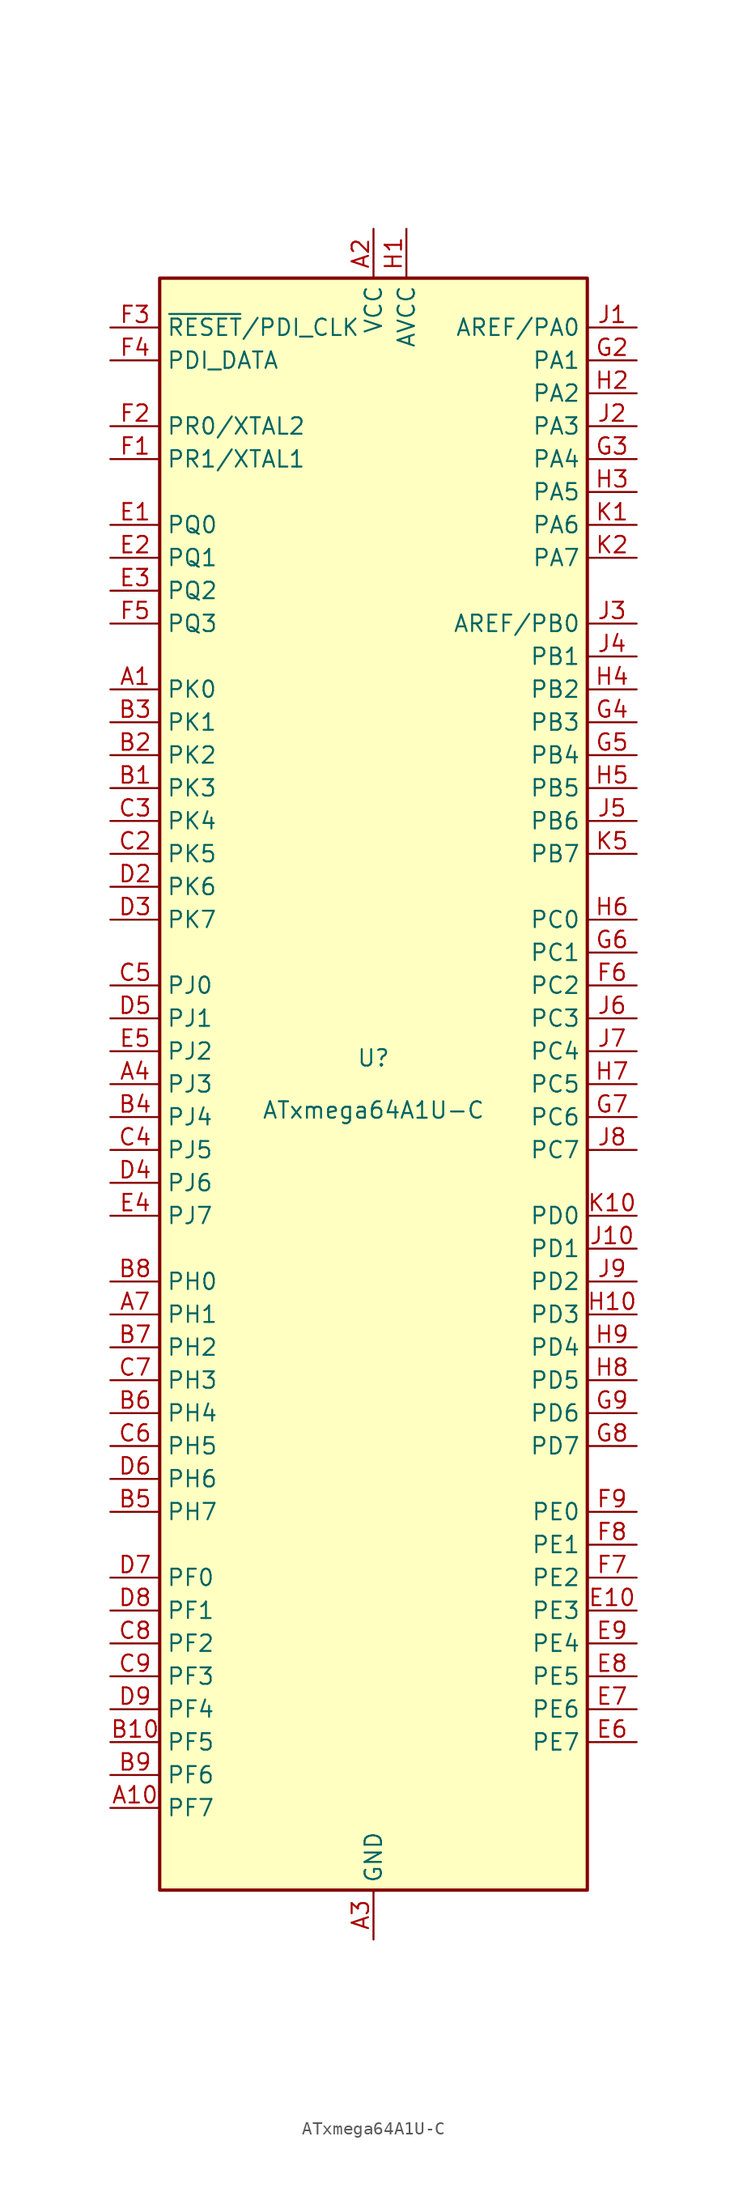
<source format=kicad_sym>
(kicad_symbol_lib
  (version 20231120)
  (generator "kicad_symbol_editor")
  (generator_version "8.0")
  (symbol "ATxmega64A1U-C"
    (property "Reference" "U"
      (at 0 1.27 0)
      (effects (font (size 1.27 1.27)) (justify bottom)))
    (property "Value" "ATxmega64A1U-C"
      (at 0 -1.27 0)
      (effects (font (size 1.27 1.27)) (justify top)))
    (symbol "ATxmega64A1U-C_0_1"
      (rectangle (start -16.51 -62.23) (end 16.51 62.23) (stroke (width 0.254) (type default)) (fill (type background))))
    (symbol "ATxmega64A1U-C_1_1"
      (pin bidirectional line (at -20.32 30.48 0) (length 3.81) (name "PK0" (effects (font (size 1.27 1.27)))) (number "A1" (effects (font (size 1.27 1.27)))))
      (pin bidirectional line (at -20.32 -55.88 0) (length 3.81) (name "PF7" (effects (font (size 1.27 1.27)))) (number "A10" (effects (font (size 1.27 1.27)))))
      (pin power_in line (at 0 66.04 270) (length 3.81) (name "VCC" (effects (font (size 1.27 1.27)))) (number "A2" (effects (font (size 1.27 1.27)))))
      (pin power_in line (at 0 -66.04 90) (length 3.81) (name "GND" (effects (font (size 1.27 1.27)))) (number "A3" (effects (font (size 1.27 1.27)))))
      (pin bidirectional line (at -20.32 0 0) (length 3.81) (name "PJ3" (effects (font (size 1.27 1.27)))) (number "A4" (effects (font (size 1.27 1.27)))))
      (pin passive line (at 0 66.04 270) (length 3.81) hide (name "VCC" (effects (font (size 1.27 1.27)))) (number "A5" (effects (font (size 1.27 1.27)))))
      (pin passive line (at 0 -66.04 90) (length 3.81) hide (name "GND" (effects (font (size 1.27 1.27)))) (number "A6" (effects (font (size 1.27 1.27)))))
      (pin bidirectional line (at -20.32 -17.78 0) (length 3.81) (name "PH1" (effects (font (size 1.27 1.27)))) (number "A7" (effects (font (size 1.27 1.27)))))
      (pin passive line (at 0 -66.04 90) (length 3.81) hide (name "GND" (effects (font (size 1.27 1.27)))) (number "A8" (effects (font (size 1.27 1.27)))))
      (pin passive line (at 0 66.04 270) (length 3.81) hide (name "VCC" (effects (font (size 1.27 1.27)))) (number "A9" (effects (font (size 1.27 1.27)))))
      (pin bidirectional line (at -20.32 22.86 0) (length 3.81) (name "PK3" (effects (font (size 1.27 1.27)))) (number "B1" (effects (font (size 1.27 1.27)))))
      (pin bidirectional line (at -20.32 -50.8 0) (length 3.81) (name "PF5" (effects (font (size 1.27 1.27)))) (number "B10" (effects (font (size 1.27 1.27)))))
      (pin bidirectional line (at -20.32 25.4 0) (length 3.81) (name "PK2" (effects (font (size 1.27 1.27)))) (number "B2" (effects (font (size 1.27 1.27)))))
      (pin bidirectional line (at -20.32 27.94 0) (length 3.81) (name "PK1" (effects (font (size 1.27 1.27)))) (number "B3" (effects (font (size 1.27 1.27)))))
      (pin bidirectional line (at -20.32 -2.54 0) (length 3.81) (name "PJ4" (effects (font (size 1.27 1.27)))) (number "B4" (effects (font (size 1.27 1.27)))))
      (pin bidirectional line (at -20.32 -33.02 0) (length 3.81) (name "PH7" (effects (font (size 1.27 1.27)))) (number "B5" (effects (font (size 1.27 1.27)))))
      (pin bidirectional line (at -20.32 -25.4 0) (length 3.81) (name "PH4" (effects (font (size 1.27 1.27)))) (number "B6" (effects (font (size 1.27 1.27)))))
      (pin bidirectional line (at -20.32 -20.32 0) (length 3.81) (name "PH2" (effects (font (size 1.27 1.27)))) (number "B7" (effects (font (size 1.27 1.27)))))
      (pin bidirectional line (at -20.32 -15.24 0) (length 3.81) (name "PH0" (effects (font (size 1.27 1.27)))) (number "B8" (effects (font (size 1.27 1.27)))))
      (pin bidirectional line (at -20.32 -53.34 0) (length 3.81) (name "PF6" (effects (font (size 1.27 1.27)))) (number "B9" (effects (font (size 1.27 1.27)))))
      (pin passive line (at 0 66.04 270) (length 3.81) hide (name "VCC" (effects (font (size 1.27 1.27)))) (number "C1" (effects (font (size 1.27 1.27)))))
      (pin passive line (at 0 66.04 270) (length 3.81) hide (name "VCC" (effects (font (size 1.27 1.27)))) (number "C10" (effects (font (size 1.27 1.27)))))
      (pin bidirectional line (at -20.32 17.78 0) (length 3.81) (name "PK5" (effects (font (size 1.27 1.27)))) (number "C2" (effects (font (size 1.27 1.27)))))
      (pin bidirectional line (at -20.32 20.32 0) (length 3.81) (name "PK4" (effects (font (size 1.27 1.27)))) (number "C3" (effects (font (size 1.27 1.27)))))
      (pin bidirectional line (at -20.32 -5.08 0) (length 3.81) (name "PJ5" (effects (font (size 1.27 1.27)))) (number "C4" (effects (font (size 1.27 1.27)))))
      (pin bidirectional line (at -20.32 7.62 0) (length 3.81) (name "PJ0" (effects (font (size 1.27 1.27)))) (number "C5" (effects (font (size 1.27 1.27)))))
      (pin bidirectional line (at -20.32 -27.94 0) (length 3.81) (name "PH5" (effects (font (size 1.27 1.27)))) (number "C6" (effects (font (size 1.27 1.27)))))
      (pin bidirectional line (at -20.32 -22.86 0) (length 3.81) (name "PH3" (effects (font (size 1.27 1.27)))) (number "C7" (effects (font (size 1.27 1.27)))))
      (pin bidirectional line (at -20.32 -43.18 0) (length 3.81) (name "PF2" (effects (font (size 1.27 1.27)))) (number "C8" (effects (font (size 1.27 1.27)))))
      (pin bidirectional line (at -20.32 -45.72 0) (length 3.81) (name "PF3" (effects (font (size 1.27 1.27)))) (number "C9" (effects (font (size 1.27 1.27)))))
      (pin passive line (at 0 -66.04 90) (length 3.81) hide (name "GND" (effects (font (size 1.27 1.27)))) (number "D1" (effects (font (size 1.27 1.27)))))
      (pin passive line (at 0 -66.04 90) (length 3.81) hide (name "GND" (effects (font (size 1.27 1.27)))) (number "D10" (effects (font (size 1.27 1.27)))))
      (pin bidirectional line (at -20.32 15.24 0) (length 3.81) (name "PK6" (effects (font (size 1.27 1.27)))) (number "D2" (effects (font (size 1.27 1.27)))))
      (pin bidirectional line (at -20.32 12.7 0) (length 3.81) (name "PK7" (effects (font (size 1.27 1.27)))) (number "D3" (effects (font (size 1.27 1.27)))))
      (pin bidirectional line (at -20.32 -7.62 0) (length 3.81) (name "PJ6" (effects (font (size 1.27 1.27)))) (number "D4" (effects (font (size 1.27 1.27)))))
      (pin bidirectional line (at -20.32 5.08 0) (length 3.81) (name "PJ1" (effects (font (size 1.27 1.27)))) (number "D5" (effects (font (size 1.27 1.27)))))
      (pin bidirectional line (at -20.32 -30.48 0) (length 3.81) (name "PH6" (effects (font (size 1.27 1.27)))) (number "D6" (effects (font (size 1.27 1.27)))))
      (pin bidirectional line (at -20.32 -38.1 0) (length 3.81) (name "PF0" (effects (font (size 1.27 1.27)))) (number "D7" (effects (font (size 1.27 1.27)))))
      (pin bidirectional line (at -20.32 -40.64 0) (length 3.81) (name "PF1" (effects (font (size 1.27 1.27)))) (number "D8" (effects (font (size 1.27 1.27)))))
      (pin bidirectional line (at -20.32 -48.26 0) (length 3.81) (name "PF4" (effects (font (size 1.27 1.27)))) (number "D9" (effects (font (size 1.27 1.27)))))
      (pin bidirectional line (at -20.32 43.18 0) (length 3.81) (name "PQ0" (effects (font (size 1.27 1.27)))) (number "E1" (effects (font (size 1.27 1.27)))))
      (pin bidirectional line (at 20.32 -40.64 180) (length 3.81) (name "PE3" (effects (font (size 1.27 1.27)))) (number "E10" (effects (font (size 1.27 1.27)))))
      (pin bidirectional line (at -20.32 40.64 0) (length 3.81) (name "PQ1" (effects (font (size 1.27 1.27)))) (number "E2" (effects (font (size 1.27 1.27)))))
      (pin bidirectional line (at -20.32 38.1 0) (length 3.81) (name "PQ2" (effects (font (size 1.27 1.27)))) (number "E3" (effects (font (size 1.27 1.27)))))
      (pin bidirectional line (at -20.32 -10.16 0) (length 3.81) (name "PJ7" (effects (font (size 1.27 1.27)))) (number "E4" (effects (font (size 1.27 1.27)))))
      (pin bidirectional line (at -20.32 2.54 0) (length 3.81) (name "PJ2" (effects (font (size 1.27 1.27)))) (number "E5" (effects (font (size 1.27 1.27)))))
      (pin bidirectional line (at 20.32 -50.8 180) (length 3.81) (name "PE7" (effects (font (size 1.27 1.27)))) (number "E6" (effects (font (size 1.27 1.27)))))
      (pin bidirectional line (at 20.32 -48.26 180) (length 3.81) (name "PE6" (effects (font (size 1.27 1.27)))) (number "E7" (effects (font (size 1.27 1.27)))))
      (pin bidirectional line (at 20.32 -45.72 180) (length 3.81) (name "PE5" (effects (font (size 1.27 1.27)))) (number "E8" (effects (font (size 1.27 1.27)))))
      (pin bidirectional line (at 20.32 -43.18 180) (length 3.81) (name "PE4" (effects (font (size 1.27 1.27)))) (number "E9" (effects (font (size 1.27 1.27)))))
      (pin bidirectional line (at -20.32 48.26 0) (length 3.81) (name "PR1/XTAL1" (effects (font (size 1.27 1.27)))) (number "F1" (effects (font (size 1.27 1.27)))))
      (pin passive line (at 0 66.04 270) (length 3.81) hide (name "VCC" (effects (font (size 1.27 1.27)))) (number "F10" (effects (font (size 1.27 1.27)))))
      (pin bidirectional line (at -20.32 50.8 0) (length 3.81) (name "PR0/XTAL2" (effects (font (size 1.27 1.27)))) (number "F2" (effects (font (size 1.27 1.27)))))
      (pin input line (at -20.32 58.42 0) (length 3.81) (name "~{RESET}/PDI_CLK" (effects (font (size 1.27 1.27)))) (number "F3" (effects (font (size 1.27 1.27)))))
      (pin bidirectional line (at -20.32 55.88 0) (length 3.81) (name "PDI_DATA" (effects (font (size 1.27 1.27)))) (number "F4" (effects (font (size 1.27 1.27)))))
      (pin bidirectional line (at -20.32 35.56 0) (length 3.81) (name "PQ3" (effects (font (size 1.27 1.27)))) (number "F5" (effects (font (size 1.27 1.27)))))
      (pin bidirectional line (at 20.32 7.62 180) (length 3.81) (name "PC2" (effects (font (size 1.27 1.27)))) (number "F6" (effects (font (size 1.27 1.27)))))
      (pin bidirectional line (at 20.32 -38.1 180) (length 3.81) (name "PE2" (effects (font (size 1.27 1.27)))) (number "F7" (effects (font (size 1.27 1.27)))))
      (pin bidirectional line (at 20.32 -35.56 180) (length 3.81) (name "PE1" (effects (font (size 1.27 1.27)))) (number "F8" (effects (font (size 1.27 1.27)))))
      (pin bidirectional line (at 20.32 -33.02 180) (length 3.81) (name "PE0" (effects (font (size 1.27 1.27)))) (number "F9" (effects (font (size 1.27 1.27)))))
      (pin passive line (at 0 -66.04 90) (length 3.81) hide (name "GND" (effects (font (size 1.27 1.27)))) (number "G1" (effects (font (size 1.27 1.27)))))
      (pin passive line (at 0 -66.04 90) (length 3.81) hide (name "GND" (effects (font (size 1.27 1.27)))) (number "G10" (effects (font (size 1.27 1.27)))))
      (pin bidirectional line (at 20.32 55.88 180) (length 3.81) (name "PA1" (effects (font (size 1.27 1.27)))) (number "G2" (effects (font (size 1.27 1.27)))))
      (pin bidirectional line (at 20.32 48.26 180) (length 3.81) (name "PA4" (effects (font (size 1.27 1.27)))) (number "G3" (effects (font (size 1.27 1.27)))))
      (pin bidirectional line (at 20.32 27.94 180) (length 3.81) (name "PB3" (effects (font (size 1.27 1.27)))) (number "G4" (effects (font (size 1.27 1.27)))))
      (pin bidirectional line (at 20.32 25.4 180) (length 3.81) (name "PB4" (effects (font (size 1.27 1.27)))) (number "G5" (effects (font (size 1.27 1.27)))))
      (pin bidirectional line (at 20.32 10.16 180) (length 3.81) (name "PC1" (effects (font (size 1.27 1.27)))) (number "G6" (effects (font (size 1.27 1.27)))))
      (pin bidirectional line (at 20.32 -2.54 180) (length 3.81) (name "PC6" (effects (font (size 1.27 1.27)))) (number "G7" (effects (font (size 1.27 1.27)))))
      (pin bidirectional line (at 20.32 -27.94 180) (length 3.81) (name "PD7" (effects (font (size 1.27 1.27)))) (number "G8" (effects (font (size 1.27 1.27)))))
      (pin bidirectional line (at 20.32 -25.4 180) (length 3.81) (name "PD6" (effects (font (size 1.27 1.27)))) (number "G9" (effects (font (size 1.27 1.27)))))
      (pin power_in line (at 2.54 66.04 270) (length 3.81) (name "AVCC" (effects (font (size 1.27 1.27)))) (number "H1" (effects (font (size 1.27 1.27)))))
      (pin bidirectional line (at 20.32 -17.78 180) (length 3.81) (name "PD3" (effects (font (size 1.27 1.27)))) (number "H10" (effects (font (size 1.27 1.27)))))
      (pin bidirectional line (at 20.32 53.34 180) (length 3.81) (name "PA2" (effects (font (size 1.27 1.27)))) (number "H2" (effects (font (size 1.27 1.27)))))
      (pin bidirectional line (at 20.32 45.72 180) (length 3.81) (name "PA5" (effects (font (size 1.27 1.27)))) (number "H3" (effects (font (size 1.27 1.27)))))
      (pin bidirectional line (at 20.32 30.48 180) (length 3.81) (name "PB2" (effects (font (size 1.27 1.27)))) (number "H4" (effects (font (size 1.27 1.27)))))
      (pin bidirectional line (at 20.32 22.86 180) (length 3.81) (name "PB5" (effects (font (size 1.27 1.27)))) (number "H5" (effects (font (size 1.27 1.27)))))
      (pin bidirectional line (at 20.32 12.7 180) (length 3.81) (name "PC0" (effects (font (size 1.27 1.27)))) (number "H6" (effects (font (size 1.27 1.27)))))
      (pin bidirectional line (at 20.32 0 180) (length 3.81) (name "PC5" (effects (font (size 1.27 1.27)))) (number "H7" (effects (font (size 1.27 1.27)))))
      (pin bidirectional line (at 20.32 -22.86 180) (length 3.81) (name "PD5" (effects (font (size 1.27 1.27)))) (number "H8" (effects (font (size 1.27 1.27)))))
      (pin bidirectional line (at 20.32 -20.32 180) (length 3.81) (name "PD4" (effects (font (size 1.27 1.27)))) (number "H9" (effects (font (size 1.27 1.27)))))
      (pin bidirectional line (at 20.32 58.42 180) (length 3.81) (name "AREF/PA0" (effects (font (size 1.27 1.27)))) (number "J1" (effects (font (size 1.27 1.27)))))
      (pin bidirectional line (at 20.32 -12.7 180) (length 3.81) (name "PD1" (effects (font (size 1.27 1.27)))) (number "J10" (effects (font (size 1.27 1.27)))))
      (pin bidirectional line (at 20.32 50.8 180) (length 3.81) (name "PA3" (effects (font (size 1.27 1.27)))) (number "J2" (effects (font (size 1.27 1.27)))))
      (pin bidirectional line (at 20.32 35.56 180) (length 3.81) (name "AREF/PB0" (effects (font (size 1.27 1.27)))) (number "J3" (effects (font (size 1.27 1.27)))))
      (pin bidirectional line (at 20.32 33.02 180) (length 3.81) (name "PB1" (effects (font (size 1.27 1.27)))) (number "J4" (effects (font (size 1.27 1.27)))))
      (pin bidirectional line (at 20.32 20.32 180) (length 3.81) (name "PB6" (effects (font (size 1.27 1.27)))) (number "J5" (effects (font (size 1.27 1.27)))))
      (pin bidirectional line (at 20.32 5.08 180) (length 3.81) (name "PC3" (effects (font (size 1.27 1.27)))) (number "J6" (effects (font (size 1.27 1.27)))))
      (pin bidirectional line (at 20.32 2.54 180) (length 3.81) (name "PC4" (effects (font (size 1.27 1.27)))) (number "J7" (effects (font (size 1.27 1.27)))))
      (pin bidirectional line (at 20.32 -5.08 180) (length 3.81) (name "PC7" (effects (font (size 1.27 1.27)))) (number "J8" (effects (font (size 1.27 1.27)))))
      (pin bidirectional line (at 20.32 -15.24 180) (length 3.81) (name "PD2" (effects (font (size 1.27 1.27)))) (number "J9" (effects (font (size 1.27 1.27)))))
      (pin bidirectional line (at 20.32 43.18 180) (length 3.81) (name "PA6" (effects (font (size 1.27 1.27)))) (number "K1" (effects (font (size 1.27 1.27)))))
      (pin bidirectional line (at 20.32 -10.16 180) (length 3.81) (name "PD0" (effects (font (size 1.27 1.27)))) (number "K10" (effects (font (size 1.27 1.27)))))
      (pin bidirectional line (at 20.32 40.64 180) (length 3.81) (name "PA7" (effects (font (size 1.27 1.27)))) (number "K2" (effects (font (size 1.27 1.27)))))
      (pin passive line (at 0 -66.04 90) (length 3.81) hide (name "GND" (effects (font (size 1.27 1.27)))) (number "K3" (effects (font (size 1.27 1.27)))))
      (pin passive line (at 2.54 66.04 270) (length 3.81) hide (name "AVCC" (effects (font (size 1.27 1.27)))) (number "K4" (effects (font (size 1.27 1.27)))))
      (pin bidirectional line (at 20.32 17.78 180) (length 3.81) (name "PB7" (effects (font (size 1.27 1.27)))) (number "K5" (effects (font (size 1.27 1.27)))))
      (pin passive line (at 0 66.04 270) (length 3.81) hide (name "VCC" (effects (font (size 1.27 1.27)))) (number "K6" (effects (font (size 1.27 1.27)))))
      (pin passive line (at 0 -66.04 90) (length 3.81) hide (name "GND" (effects (font (size 1.27 1.27)))) (number "K7" (effects (font (size 1.27 1.27)))))
      (pin passive line (at 0 66.04 270) (length 3.81) hide (name "VCC" (effects (font (size 1.27 1.27)))) (number "K8" (effects (font (size 1.27 1.27)))))
      (pin passive line (at 0 -66.04 90) (length 3.81) hide (name "GND" (effects (font (size 1.27 1.27)))) (number "K9" (effects (font (size 1.27 1.27))))))))
</source>
